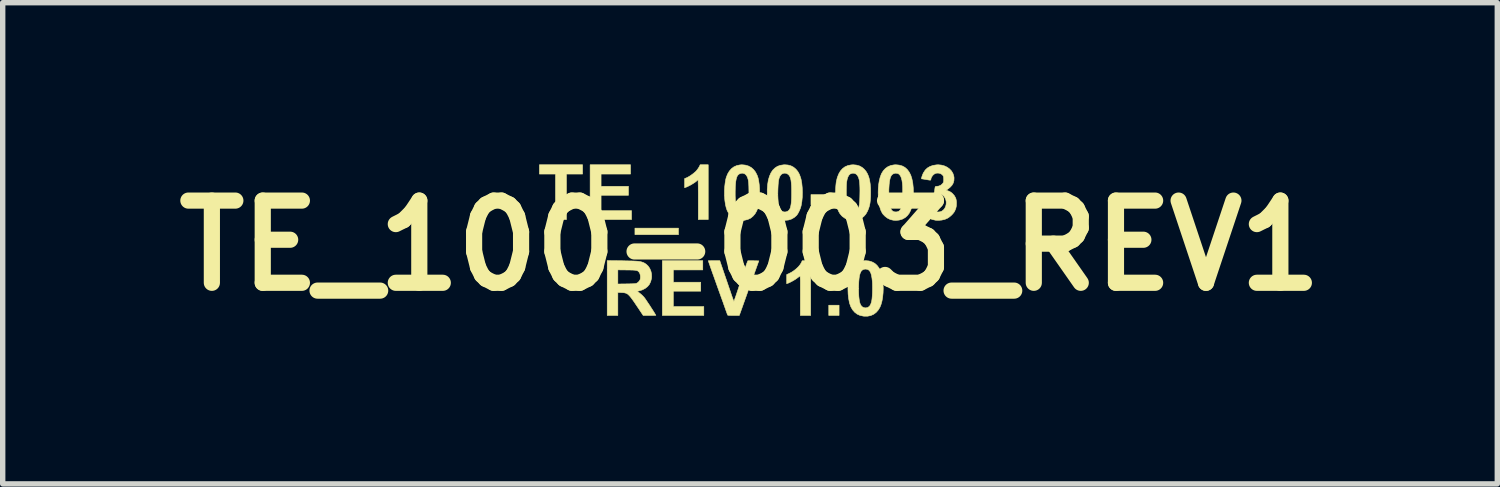
<source format=kicad_pcb>
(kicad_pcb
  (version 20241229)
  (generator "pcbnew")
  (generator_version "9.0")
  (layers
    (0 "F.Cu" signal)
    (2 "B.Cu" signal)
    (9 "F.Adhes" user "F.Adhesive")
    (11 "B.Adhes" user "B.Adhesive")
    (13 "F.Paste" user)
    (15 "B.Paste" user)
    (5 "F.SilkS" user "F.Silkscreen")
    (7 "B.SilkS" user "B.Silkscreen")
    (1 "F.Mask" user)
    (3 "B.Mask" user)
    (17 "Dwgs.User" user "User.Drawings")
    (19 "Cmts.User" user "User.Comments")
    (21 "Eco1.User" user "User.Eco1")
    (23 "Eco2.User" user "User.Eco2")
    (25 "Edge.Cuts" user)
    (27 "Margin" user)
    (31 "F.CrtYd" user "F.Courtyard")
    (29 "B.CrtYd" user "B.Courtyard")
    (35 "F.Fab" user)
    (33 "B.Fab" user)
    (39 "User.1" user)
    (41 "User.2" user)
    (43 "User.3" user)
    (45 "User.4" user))
  (footprint "TE_100-003_REV1"
    (layer "F.Cu")
    (at 10.857 1.504)
    (property "Reference" "TE_100-003_REV1" (at 0 0 0) (layer "F.SilkS") (effects (font (size 1.524 1.524) (thickness 0.3))))
    (attr through_hole)
    (fp_poly (pts (xy -1.327 -0.203) (xy -2.134 -0.203) (xy -2.134 -0.324) (xy -1.327 -0.324) (xy -1.327 -0.203)) (stroke (width 0.01) (type solid)) (fill yes) (layer "F.SilkS"))
    (fp_poly (pts (xy 1.505 -0.756) (xy 1.13 -0.756) (xy 1.13 -0.946) (xy 1.505 -0.946) (xy 1.505 -0.756)) (stroke (width 0.01) (type solid)) (fill yes) (layer "F.SilkS"))
    (fp_poly (pts (xy 1.651 1.295) (xy 1.46 1.295) (xy 1.46 1.105) (xy 1.651 1.105) (xy 1.651 1.295)) (stroke (width 0.01) (type solid)) (fill yes) (layer "F.SilkS"))
    (fp_poly (pts (xy -3.105 -1.327) (xy -3.404 -1.327) (xy -3.404 -0.483) (xy -3.607 -0.483) (xy -3.607 -1.327) (xy -3.905 -1.327) (xy -3.905 -1.499) (xy -3.105 -1.499) (xy -3.105 -1.327)) (stroke (width 0.01) (type solid)) (fill yes) (layer "F.SilkS"))
    (fp_poly (pts (xy -2.216 -1.327) (xy -2.762 -1.327) (xy -2.762 -1.099) (xy -2.254 -1.099) (xy -2.254 -0.933) (xy -2.762 -0.933) (xy -2.762 -0.648) (xy -2.197 -0.648) (xy -2.197 -0.483) (xy -2.965 -0.483) (xy -2.965 -1.499) (xy -2.216 -1.499) (xy -2.216 -1.327)) (stroke (width 0.01) (type solid)) (fill yes) (layer "F.SilkS"))
    (fp_poly (pts (xy -0.876 0.451) (xy -1.422 0.451) (xy -1.422 0.679) (xy -0.914 0.679) (xy -0.914 0.845) (xy -1.422 0.845) (xy -1.422 1.13) (xy -0.857 1.13) (xy -0.857 1.295) (xy -1.626 1.295) (xy -1.626 0.279) (xy -0.876 0.279) (xy -0.876 0.451)) (stroke (width 0.01) (type solid)) (fill yes) (layer "F.SilkS"))
    (fp_poly (pts (xy -0.775 -0.483) (xy -0.959 -0.483) (xy -0.959 -0.851) (xy -0.959 -0.918) (xy -0.959 -0.981) (xy -0.96 -1.039) (xy -0.96 -1.091) (xy -0.961 -1.136) (xy -0.962 -1.172) (xy -0.962 -1.199) (xy -0.963 -1.215) (xy -0.964 -1.219) (xy -0.972 -1.215) (xy -0.981 -1.207) (xy -0.999 -1.19) (xy -1.026 -1.17) (xy -1.059 -1.149) (xy -1.095 -1.127) (xy -1.132 -1.108) (xy -1.166 -1.091) (xy -1.189 -1.082) (xy -1.213 -1.074) (xy -1.213 -1.243) (xy -1.184 -1.254) (xy -1.156 -1.267) (xy -1.123 -1.286) (xy -1.087 -1.31) (xy -1.052 -1.336) (xy -1.021 -1.362) (xy -1.004 -1.377) (xy -0.983 -1.402) (xy -0.962 -1.43) (xy -0.946 -1.456) (xy -0.945 -1.457) (xy -0.924 -1.499) (xy -0.849 -1.499) (xy -0.775 -1.499) (xy -0.775 -0.483)) (stroke (width 0.01) (type solid)) (fill yes) (layer "F.SilkS"))
    (fp_poly (pts (xy 1.124 1.295) (xy 0.933 1.295) (xy 0.933 0.926) (xy 0.933 0.849) (xy 0.933 0.783) (xy 0.933 0.728) (xy 0.933 0.682) (xy 0.933 0.646) (xy 0.932 0.618) (xy 0.931 0.597) (xy 0.93 0.582) (xy 0.929 0.572) (xy 0.928 0.567) (xy 0.926 0.564) (xy 0.924 0.565) (xy 0.922 0.566) (xy 0.911 0.574) (xy 0.894 0.587) (xy 0.873 0.603) (xy 0.866 0.608) (xy 0.842 0.625) (xy 0.811 0.644) (xy 0.777 0.663) (xy 0.744 0.68) (xy 0.714 0.694) (xy 0.694 0.701) (xy 0.679 0.706) (xy 0.68 0.537) (xy 0.716 0.521) (xy 0.765 0.496) (xy 0.813 0.465) (xy 0.858 0.429) (xy 0.898 0.391) (xy 0.929 0.353) (xy 0.95 0.319) (xy 0.968 0.28) (xy 1.046 0.28) (xy 1.124 0.279) (xy 1.124 1.295)) (stroke (width 0.01) (type solid)) (fill yes) (layer "F.SilkS"))
    (fp_poly (pts (xy -0.468 0.551) (xy -0.447 0.612) (xy -0.426 0.673) (xy -0.406 0.732) (xy -0.387 0.788) (xy -0.369 0.839) (xy -0.355 0.882) (xy -0.343 0.917) (xy -0.339 0.929) (xy -0.327 0.963) (xy -0.316 0.993) (xy -0.307 1.016) (xy -0.301 1.03) (xy -0.299 1.035) (xy -0.296 1.029) (xy -0.29 1.012) (xy -0.281 0.985) (xy -0.268 0.949) (xy -0.253 0.905) (xy -0.236 0.854) (xy -0.217 0.798) (xy -0.197 0.736) (xy -0.175 0.67) (xy -0.171 0.659) (xy -0.15 0.593) (xy -0.129 0.531) (xy -0.109 0.473) (xy -0.091 0.421) (xy -0.076 0.375) (xy -0.063 0.338) (xy -0.052 0.309) (xy -0.045 0.29) (xy -0.041 0.282) (xy -0.041 0.282) (xy -0.033 0.281) (xy -0.014 0.28) (xy 0.013 0.28) (xy 0.045 0.281) (xy 0.064 0.281) (xy 0.163 0.283) (xy -0.018 0.789) (xy -0.199 1.295) (xy -0.306 1.295) (xy -0.348 1.295) (xy -0.379 1.294) (xy -0.4 1.293) (xy -0.412 1.29) (xy -0.416 1.287) (xy -0.418 1.28) (xy -0.425 1.262) (xy -0.435 1.234) (xy -0.449 1.196) (xy -0.465 1.15) (xy -0.484 1.097) (xy -0.505 1.037) (xy -0.529 0.971) (xy -0.554 0.901) (xy -0.581 0.826) (xy -0.597 0.782) (xy -0.624 0.706) (xy -0.65 0.633) (xy -0.674 0.565) (xy -0.697 0.502) (xy -0.717 0.445) (xy -0.735 0.395) (xy -0.749 0.353) (xy -0.761 0.32) (xy -0.769 0.297) (xy -0.774 0.284) (xy -0.775 0.282) (xy -0.769 0.281) (xy -0.752 0.28) (xy -0.727 0.28) (xy -0.695 0.279) (xy -0.668 0.279) (xy -0.561 0.279) (xy -0.468 0.551)) (stroke (width 0.01) (type solid)) (fill yes) (layer "F.SilkS"))
    (fp_poly (pts (xy 2.206 0.285) (xy 2.262 0.302) (xy 2.313 0.329) (xy 2.356 0.368) (xy 2.392 0.416) (xy 2.407 0.443) (xy 2.429 0.5) (xy 2.447 0.567) (xy 2.46 0.64) (xy 2.467 0.718) (xy 2.47 0.798) (xy 2.467 0.878) (xy 2.459 0.955) (xy 2.447 1.027) (xy 2.429 1.092) (xy 2.41 1.14) (xy 2.377 1.195) (xy 2.337 1.24) (xy 2.291 1.274) (xy 2.238 1.297) (xy 2.18 1.309) (xy 2.117 1.309) (xy 2.099 1.307) (xy 2.039 1.294) (xy 1.986 1.27) (xy 1.94 1.235) (xy 1.901 1.19) (xy 1.87 1.136) (xy 1.847 1.073) (xy 1.842 1.054) (xy 1.828 0.98) (xy 1.819 0.899) (xy 1.816 0.815) (xy 1.816 0.799) (xy 2.013 0.799) (xy 2.014 0.875) (xy 2.017 0.939) (xy 2.023 0.993) (xy 2.03 1.038) (xy 2.04 1.074) (xy 2.053 1.102) (xy 2.059 1.112) (xy 2.082 1.136) (xy 2.112 1.151) (xy 2.145 1.155) (xy 2.178 1.149) (xy 2.193 1.141) (xy 2.218 1.121) (xy 2.237 1.089) (xy 2.252 1.046) (xy 2.258 1.016) (xy 2.263 0.977) (xy 2.267 0.928) (xy 2.27 0.873) (xy 2.271 0.815) (xy 2.271 0.757) (xy 2.27 0.702) (xy 2.268 0.666) (xy 2.261 0.603) (xy 2.252 0.552) (xy 2.24 0.511) (xy 2.225 0.48) (xy 2.206 0.457) (xy 2.182 0.443) (xy 2.172 0.439) (xy 2.137 0.435) (xy 2.104 0.441) (xy 2.076 0.458) (xy 2.057 0.48) (xy 2.043 0.511) (xy 2.031 0.551) (xy 2.023 0.602) (xy 2.017 0.664) (xy 2.014 0.738) (xy 2.013 0.799) (xy 1.816 0.799) (xy 1.817 0.731) (xy 1.823 0.65) (xy 1.834 0.576) (xy 1.842 0.54) (xy 1.865 0.472) (xy 1.894 0.413) (xy 1.931 0.365) (xy 1.975 0.328) (xy 2.026 0.301) (xy 2.082 0.285) (xy 2.143 0.279) (xy 2.206 0.285)) (stroke (width 0.01) (type solid)) (fill yes) (layer "F.SilkS"))
    (fp_poly (pts (xy 2.765 -1.493) (xy 2.822 -1.477) (xy 2.871 -1.451) (xy 2.914 -1.413) (xy 2.95 -1.365) (xy 2.98 -1.307) (xy 3.002 -1.237) (xy 3.018 -1.157) (xy 3.027 -1.067) (xy 3.029 -0.984) (xy 3.026 -0.886) (xy 3.017 -0.799) (xy 3.001 -0.722) (xy 2.98 -0.657) (xy 2.952 -0.601) (xy 2.917 -0.555) (xy 2.876 -0.519) (xy 2.874 -0.518) (xy 2.823 -0.49) (xy 2.765 -0.473) (xy 2.703 -0.467) (xy 2.655 -0.471) (xy 2.603 -0.483) (xy 2.552 -0.507) (xy 2.506 -0.541) (xy 2.466 -0.582) (xy 2.451 -0.604) (xy 2.428 -0.649) (xy 2.409 -0.703) (xy 2.394 -0.766) (xy 2.384 -0.835) (xy 2.378 -0.908) (xy 2.376 -0.983) (xy 2.376 -0.984) (xy 2.574 -0.984) (xy 2.574 -0.927) (xy 2.577 -0.873) (xy 2.58 -0.822) (xy 2.585 -0.779) (xy 2.59 -0.744) (xy 2.593 -0.733) (xy 2.608 -0.69) (xy 2.626 -0.658) (xy 2.649 -0.637) (xy 2.678 -0.626) (xy 2.71 -0.624) (xy 2.739 -0.629) (xy 2.76 -0.639) (xy 2.761 -0.639) (xy 2.778 -0.655) (xy 2.793 -0.676) (xy 2.805 -0.703) (xy 2.814 -0.737) (xy 2.821 -0.779) (xy 2.826 -0.831) (xy 2.829 -0.894) (xy 2.83 -0.93) (xy 2.831 -1.017) (xy 2.83 -1.092) (xy 2.825 -1.156) (xy 2.817 -1.21) (xy 2.806 -1.253) (xy 2.792 -1.287) (xy 2.774 -1.313) (xy 2.753 -1.331) (xy 2.73 -1.34) (xy 2.697 -1.343) (xy 2.664 -1.335) (xy 2.636 -1.318) (xy 2.629 -1.311) (xy 2.615 -1.29) (xy 2.603 -1.264) (xy 2.594 -1.231) (xy 2.586 -1.19) (xy 2.58 -1.138) (xy 2.577 -1.092) (xy 2.574 -1.039) (xy 2.574 -0.984) (xy 2.376 -0.984) (xy 2.378 -1.058) (xy 2.385 -1.132) (xy 2.396 -1.201) (xy 2.412 -1.265) (xy 2.432 -1.32) (xy 2.438 -1.335) (xy 2.471 -1.388) (xy 2.511 -1.431) (xy 2.558 -1.464) (xy 2.611 -1.486) (xy 2.671 -1.497) (xy 2.702 -1.499) (xy 2.765 -1.493)) (stroke (width 0.01) (type solid)) (fill yes) (layer "F.SilkS"))
    (fp_poly (pts (xy -0.088 -1.493) (xy -0.03 -1.476) (xy 0.021 -1.449) (xy 0.065 -1.411) (xy 0.102 -1.363) (xy 0.132 -1.304) (xy 0.149 -1.256) (xy 0.161 -1.2) (xy 0.17 -1.135) (xy 0.176 -1.063) (xy 0.178 -0.988) (xy 0.177 -0.914) (xy 0.171 -0.841) (xy 0.163 -0.775) (xy 0.15 -0.717) (xy 0.149 -0.711) (xy 0.125 -0.645) (xy 0.093 -0.589) (xy 0.054 -0.544) (xy 0.009 -0.508) (xy -0.043 -0.484) (xy -0.101 -0.47) (xy -0.165 -0.468) (xy -0.196 -0.47) (xy -0.243 -0.482) (xy -0.291 -0.503) (xy -0.334 -0.531) (xy -0.345 -0.54) (xy -0.377 -0.572) (xy -0.403 -0.61) (xy -0.425 -0.653) (xy -0.442 -0.703) (xy -0.456 -0.762) (xy -0.466 -0.831) (xy -0.47 -0.877) (xy -0.474 -0.948) (xy -0.474 -1.002) (xy -0.275 -1.002) (xy -0.275 -0.922) (xy -0.272 -0.85) (xy -0.265 -0.787) (xy -0.256 -0.735) (xy -0.243 -0.693) (xy -0.229 -0.664) (xy -0.207 -0.641) (xy -0.178 -0.627) (xy -0.145 -0.623) (xy -0.111 -0.629) (xy -0.105 -0.631) (xy -0.084 -0.644) (xy -0.066 -0.664) (xy -0.051 -0.691) (xy -0.039 -0.727) (xy -0.03 -0.771) (xy -0.024 -0.826) (xy -0.021 -0.89) (xy -0.02 -0.966) (xy -0.021 -1.034) (xy -0.022 -1.091) (xy -0.024 -1.137) (xy -0.027 -1.174) (xy -0.031 -1.205) (xy -0.036 -1.23) (xy -0.043 -1.252) (xy -0.051 -1.274) (xy -0.057 -1.285) (xy -0.077 -1.314) (xy -0.104 -1.334) (xy -0.135 -1.343) (xy -0.169 -1.341) (xy -0.171 -1.34) (xy -0.196 -1.33) (xy -0.217 -1.316) (xy -0.234 -1.295) (xy -0.247 -1.267) (xy -0.257 -1.231) (xy -0.265 -1.185) (xy -0.27 -1.129) (xy -0.273 -1.089) (xy -0.275 -1.002) (xy -0.474 -1.002) (xy -0.474 -1.022) (xy -0.469 -1.096) (xy -0.461 -1.165) (xy -0.45 -1.228) (xy -0.441 -1.264) (xy -0.416 -1.327) (xy -0.384 -1.381) (xy -0.345 -1.426) (xy -0.299 -1.46) (xy -0.246 -1.484) (xy -0.188 -1.496) (xy -0.151 -1.499) (xy -0.088 -1.493)) (stroke (width 0.01) (type solid)) (fill yes) (layer "F.SilkS"))
    (fp_poly (pts (xy 0.705 -1.494) (xy 0.759 -1.479) (xy 0.807 -1.454) (xy 0.851 -1.417) (xy 0.851 -1.417) (xy 0.887 -1.373) (xy 0.917 -1.319) (xy 0.939 -1.256) (xy 0.946 -1.232) (xy 0.96 -1.155) (xy 0.968 -1.072) (xy 0.971 -0.985) (xy 0.969 -0.899) (xy 0.961 -0.816) (xy 0.948 -0.742) (xy 0.946 -0.733) (xy 0.935 -0.697) (xy 0.92 -0.658) (xy 0.902 -0.621) (xy 0.884 -0.588) (xy 0.866 -0.563) (xy 0.864 -0.56) (xy 0.819 -0.521) (xy 0.768 -0.492) (xy 0.711 -0.474) (xy 0.649 -0.468) (xy 0.598 -0.471) (xy 0.547 -0.483) (xy 0.496 -0.506) (xy 0.45 -0.539) (xy 0.439 -0.549) (xy 0.407 -0.584) (xy 0.381 -0.624) (xy 0.36 -0.669) (xy 0.344 -0.723) (xy 0.332 -0.784) (xy 0.324 -0.856) (xy 0.32 -0.933) (xy 0.32 -0.951) (xy 0.515 -0.951) (xy 0.518 -0.873) (xy 0.523 -0.805) (xy 0.532 -0.749) (xy 0.544 -0.703) (xy 0.56 -0.669) (xy 0.564 -0.662) (xy 0.587 -0.64) (xy 0.616 -0.627) (xy 0.648 -0.623) (xy 0.68 -0.629) (xy 0.704 -0.641) (xy 0.721 -0.656) (xy 0.735 -0.675) (xy 0.747 -0.7) (xy 0.755 -0.732) (xy 0.762 -0.772) (xy 0.767 -0.82) (xy 0.77 -0.879) (xy 0.771 -0.948) (xy 0.771 -0.978) (xy 0.771 -1.051) (xy 0.769 -1.113) (xy 0.765 -1.165) (xy 0.76 -1.207) (xy 0.753 -1.242) (xy 0.743 -1.27) (xy 0.732 -1.293) (xy 0.717 -1.311) (xy 0.708 -1.32) (xy 0.68 -1.337) (xy 0.648 -1.344) (xy 0.617 -1.34) (xy 0.588 -1.326) (xy 0.576 -1.316) (xy 0.561 -1.297) (xy 0.549 -1.275) (xy 0.539 -1.249) (xy 0.531 -1.215) (xy 0.525 -1.174) (xy 0.521 -1.124) (xy 0.518 -1.063) (xy 0.517 -1.038) (xy 0.515 -0.951) (xy 0.32 -0.951) (xy 0.319 -1.037) (xy 0.326 -1.13) (xy 0.339 -1.213) (xy 0.36 -1.285) (xy 0.387 -1.347) (xy 0.421 -1.399) (xy 0.462 -1.439) (xy 0.509 -1.47) (xy 0.563 -1.489) (xy 0.624 -1.498) (xy 0.645 -1.499) (xy 0.705 -1.494)) (stroke (width 0.01) (type solid)) (fill yes) (layer "F.SilkS"))
    (fp_poly (pts (xy 1.974 -1.493) (xy 2.03 -1.477) (xy 2.08 -1.449) (xy 2.116 -1.418) (xy 2.15 -1.378) (xy 2.178 -1.331) (xy 2.2 -1.278) (xy 2.217 -1.216) (xy 2.228 -1.145) (xy 2.235 -1.064) (xy 2.236 -0.984) (xy 2.235 -0.91) (xy 2.231 -0.846) (xy 2.225 -0.79) (xy 2.215 -0.74) (xy 2.201 -0.694) (xy 2.183 -0.649) (xy 2.178 -0.638) (xy 2.147 -0.583) (xy 2.108 -0.539) (xy 2.062 -0.505) (xy 2.009 -0.481) (xy 1.951 -0.469) (xy 1.887 -0.468) (xy 1.862 -0.47) (xy 1.812 -0.483) (xy 1.762 -0.506) (xy 1.717 -0.537) (xy 1.7 -0.553) (xy 1.668 -0.591) (xy 1.642 -0.636) (xy 1.621 -0.689) (xy 1.605 -0.75) (xy 1.594 -0.822) (xy 1.588 -0.893) (xy 1.586 -0.949) (xy 1.586 -0.978) (xy 1.785 -0.978) (xy 1.785 -0.929) (xy 1.786 -0.883) (xy 1.787 -0.842) (xy 1.789 -0.809) (xy 1.791 -0.79) (xy 1.801 -0.734) (xy 1.817 -0.689) (xy 1.837 -0.656) (xy 1.863 -0.634) (xy 1.87 -0.631) (xy 1.894 -0.625) (xy 1.923 -0.625) (xy 1.95 -0.631) (xy 1.967 -0.639) (xy 1.984 -0.654) (xy 1.998 -0.671) (xy 2.009 -0.692) (xy 2.018 -0.718) (xy 2.025 -0.75) (xy 2.03 -0.79) (xy 2.034 -0.839) (xy 2.036 -0.899) (xy 2.037 -0.951) (xy 2.038 -1.02) (xy 2.037 -1.078) (xy 2.035 -1.127) (xy 2.032 -1.168) (xy 2.028 -1.202) (xy 2.021 -1.232) (xy 2.013 -1.258) (xy 2.012 -1.263) (xy 1.993 -1.299) (xy 1.968 -1.325) (xy 1.939 -1.34) (xy 1.906 -1.343) (xy 1.885 -1.339) (xy 1.856 -1.327) (xy 1.833 -1.305) (xy 1.815 -1.272) (xy 1.801 -1.229) (xy 1.791 -1.175) (xy 1.791 -1.174) (xy 1.789 -1.15) (xy 1.787 -1.116) (xy 1.786 -1.074) (xy 1.785 -1.027) (xy 1.785 -0.978) (xy 1.586 -0.978) (xy 1.586 -1.008) (xy 1.588 -1.066) (xy 1.592 -1.121) (xy 1.597 -1.168) (xy 1.6 -1.187) (xy 1.618 -1.262) (xy 1.644 -1.328) (xy 1.676 -1.383) (xy 1.715 -1.427) (xy 1.76 -1.461) (xy 1.813 -1.484) (xy 1.872 -1.496) (xy 1.911 -1.499) (xy 1.974 -1.493)) (stroke (width 0.01) (type solid)) (fill yes) (layer "F.SilkS"))
    (fp_poly (pts (xy -2.37 0.281) (xy -2.295 0.283) (xy -2.232 0.284) (xy -2.179 0.285) (xy -2.134 0.287) (xy -2.097 0.289) (xy -2.067 0.292) (xy -2.042 0.296) (xy -2.02 0.3) (xy -2.001 0.306) (xy -1.983 0.312) (xy -1.966 0.32) (xy -1.965 0.32) (xy -1.924 0.346) (xy -1.888 0.381) (xy -1.859 0.424) (xy -1.838 0.473) (xy -1.826 0.526) (xy -1.824 0.581) (xy -1.827 0.609) (xy -1.842 0.667) (xy -1.866 0.718) (xy -1.901 0.76) (xy -1.946 0.795) (xy -2 0.822) (xy -2.046 0.836) (xy -2.068 0.842) (xy -2.083 0.847) (xy -2.089 0.852) (xy -2.089 0.852) (xy -2.084 0.857) (xy -2.084 0.857) (xy -2.074 0.861) (xy -2.057 0.873) (xy -2.036 0.89) (xy -2.013 0.909) (xy -1.99 0.931) (xy -1.971 0.951) (xy -1.96 0.964) (xy -1.95 0.977) (xy -1.935 0.998) (xy -1.917 1.025) (xy -1.896 1.057) (xy -1.872 1.092) (xy -1.848 1.129) (xy -1.825 1.165) (xy -1.802 1.2) (xy -1.782 1.232) (xy -1.766 1.258) (xy -1.754 1.278) (xy -1.747 1.29) (xy -1.746 1.293) (xy -1.752 1.293) (xy -1.769 1.294) (xy -1.795 1.295) (xy -1.827 1.295) (xy -1.864 1.295) (xy -1.981 1.295) (xy -2.071 1.16) (xy -2.113 1.098) (xy -2.148 1.046) (xy -2.179 1.002) (xy -2.205 0.967) (xy -2.228 0.939) (xy -2.249 0.917) (xy -2.268 0.9) (xy -2.286 0.889) (xy -2.306 0.881) (xy -2.326 0.876) (xy -2.349 0.873) (xy -2.375 0.871) (xy -2.383 0.871) (xy -2.451 0.868) (xy -2.451 1.295) (xy -2.648 1.295) (xy -2.648 0.712) (xy -2.451 0.712) (xy -2.288 0.71) (xy -2.235 0.709) (xy -2.193 0.708) (xy -2.161 0.707) (xy -2.137 0.705) (xy -2.12 0.703) (xy -2.108 0.7) (xy -2.102 0.698) (xy -2.077 0.682) (xy -2.056 0.66) (xy -2.04 0.635) (xy -2.035 0.619) (xy -2.032 0.582) (xy -2.035 0.547) (xy -2.044 0.515) (xy -2.053 0.499) (xy -2.063 0.486) (xy -2.073 0.476) (xy -2.084 0.469) (xy -2.097 0.463) (xy -2.115 0.459) (xy -2.139 0.456) (xy -2.17 0.454) (xy -2.211 0.453) (xy -2.262 0.452) (xy -2.281 0.452) (xy -2.451 0.45) (xy -2.451 0.712) (xy -2.648 0.712) (xy -2.648 0.278) (xy -2.37 0.281)) (stroke (width 0.01) (type solid)) (fill yes) (layer "F.SilkS"))
    (fp_poly (pts (xy 3.548 -1.493) (xy 3.604 -1.478) (xy 3.655 -1.454) (xy 3.699 -1.422) (xy 3.735 -1.384) (xy 3.762 -1.339) (xy 3.778 -1.29) (xy 3.783 -1.258) (xy 3.781 -1.207) (xy 3.768 -1.16) (xy 3.744 -1.118) (xy 3.707 -1.079) (xy 3.682 -1.059) (xy 3.637 -1.026) (xy 3.663 -1.019) (xy 3.711 -0.998) (xy 3.753 -0.967) (xy 3.788 -0.927) (xy 3.809 -0.89) (xy 3.818 -0.868) (xy 3.823 -0.845) (xy 3.827 -0.817) (xy 3.828 -0.794) (xy 3.826 -0.737) (xy 3.815 -0.686) (xy 3.794 -0.638) (xy 3.784 -0.621) (xy 3.761 -0.591) (xy 3.731 -0.56) (xy 3.698 -0.532) (xy 3.665 -0.51) (xy 3.66 -0.507) (xy 3.611 -0.486) (xy 3.554 -0.473) (xy 3.494 -0.468) (xy 3.442 -0.47) (xy 3.379 -0.484) (xy 3.322 -0.508) (xy 3.272 -0.542) (xy 3.23 -0.586) (xy 3.197 -0.638) (xy 3.173 -0.698) (xy 3.173 -0.698) (xy 3.167 -0.718) (xy 3.163 -0.734) (xy 3.162 -0.74) (xy 3.169 -0.745) (xy 3.187 -0.749) (xy 3.216 -0.754) (xy 3.224 -0.755) (xy 3.255 -0.759) (xy 3.284 -0.762) (xy 3.308 -0.765) (xy 3.315 -0.766) (xy 3.345 -0.77) (xy 3.349 -0.746) (xy 3.363 -0.704) (xy 3.385 -0.671) (xy 3.414 -0.645) (xy 3.448 -0.629) (xy 3.486 -0.623) (xy 3.525 -0.627) (xy 3.554 -0.638) (xy 3.586 -0.661) (xy 3.611 -0.692) (xy 3.628 -0.729) (xy 3.637 -0.769) (xy 3.638 -0.811) (xy 3.63 -0.852) (xy 3.613 -0.889) (xy 3.591 -0.918) (xy 3.56 -0.942) (xy 3.524 -0.954) (xy 3.482 -0.956) (xy 3.458 -0.953) (xy 3.438 -0.95) (xy 3.423 -0.949) (xy 3.418 -0.949) (xy 3.417 -0.956) (xy 3.418 -0.973) (xy 3.42 -0.995) (xy 3.423 -1.021) (xy 3.426 -1.046) (xy 3.429 -1.068) (xy 3.432 -1.084) (xy 3.433 -1.087) (xy 3.438 -1.095) (xy 3.451 -1.098) (xy 3.466 -1.099) (xy 3.503 -1.105) (xy 3.538 -1.121) (xy 3.568 -1.147) (xy 3.572 -1.152) (xy 3.581 -1.165) (xy 3.587 -1.177) (xy 3.59 -1.192) (xy 3.591 -1.213) (xy 3.591 -1.228) (xy 3.59 -1.255) (xy 3.588 -1.274) (xy 3.584 -1.288) (xy 3.576 -1.301) (xy 3.576 -1.301) (xy 3.552 -1.324) (xy 3.521 -1.339) (xy 3.486 -1.345) (xy 3.449 -1.342) (xy 3.437 -1.338) (xy 3.411 -1.323) (xy 3.387 -1.301) (xy 3.368 -1.273) (xy 3.356 -1.245) (xy 3.353 -1.227) (xy 3.352 -1.22) (xy 3.35 -1.216) (xy 3.343 -1.214) (xy 3.331 -1.214) (xy 3.31 -1.217) (xy 3.281 -1.222) (xy 3.258 -1.226) (xy 3.228 -1.231) (xy 3.204 -1.235) (xy 3.187 -1.237) (xy 3.18 -1.238) (xy 3.179 -1.244) (xy 3.181 -1.258) (xy 3.187 -1.279) (xy 3.195 -1.303) (xy 3.205 -1.328) (xy 3.216 -1.351) (xy 3.218 -1.354) (xy 3.249 -1.401) (xy 3.289 -1.439) (xy 3.338 -1.468) (xy 3.393 -1.487) (xy 3.456 -1.497) (xy 3.488 -1.499) (xy 3.548 -1.493)) (stroke (width 0.01) (type solid)) (fill yes) (layer "F.SilkS")))
  (gr_rect
    (start -3 -3)
    (end 24.713 5.922)
    (stroke (width 0.1) (type default))
    (fill no)
    (layer "Edge.Cuts")))
</source>
